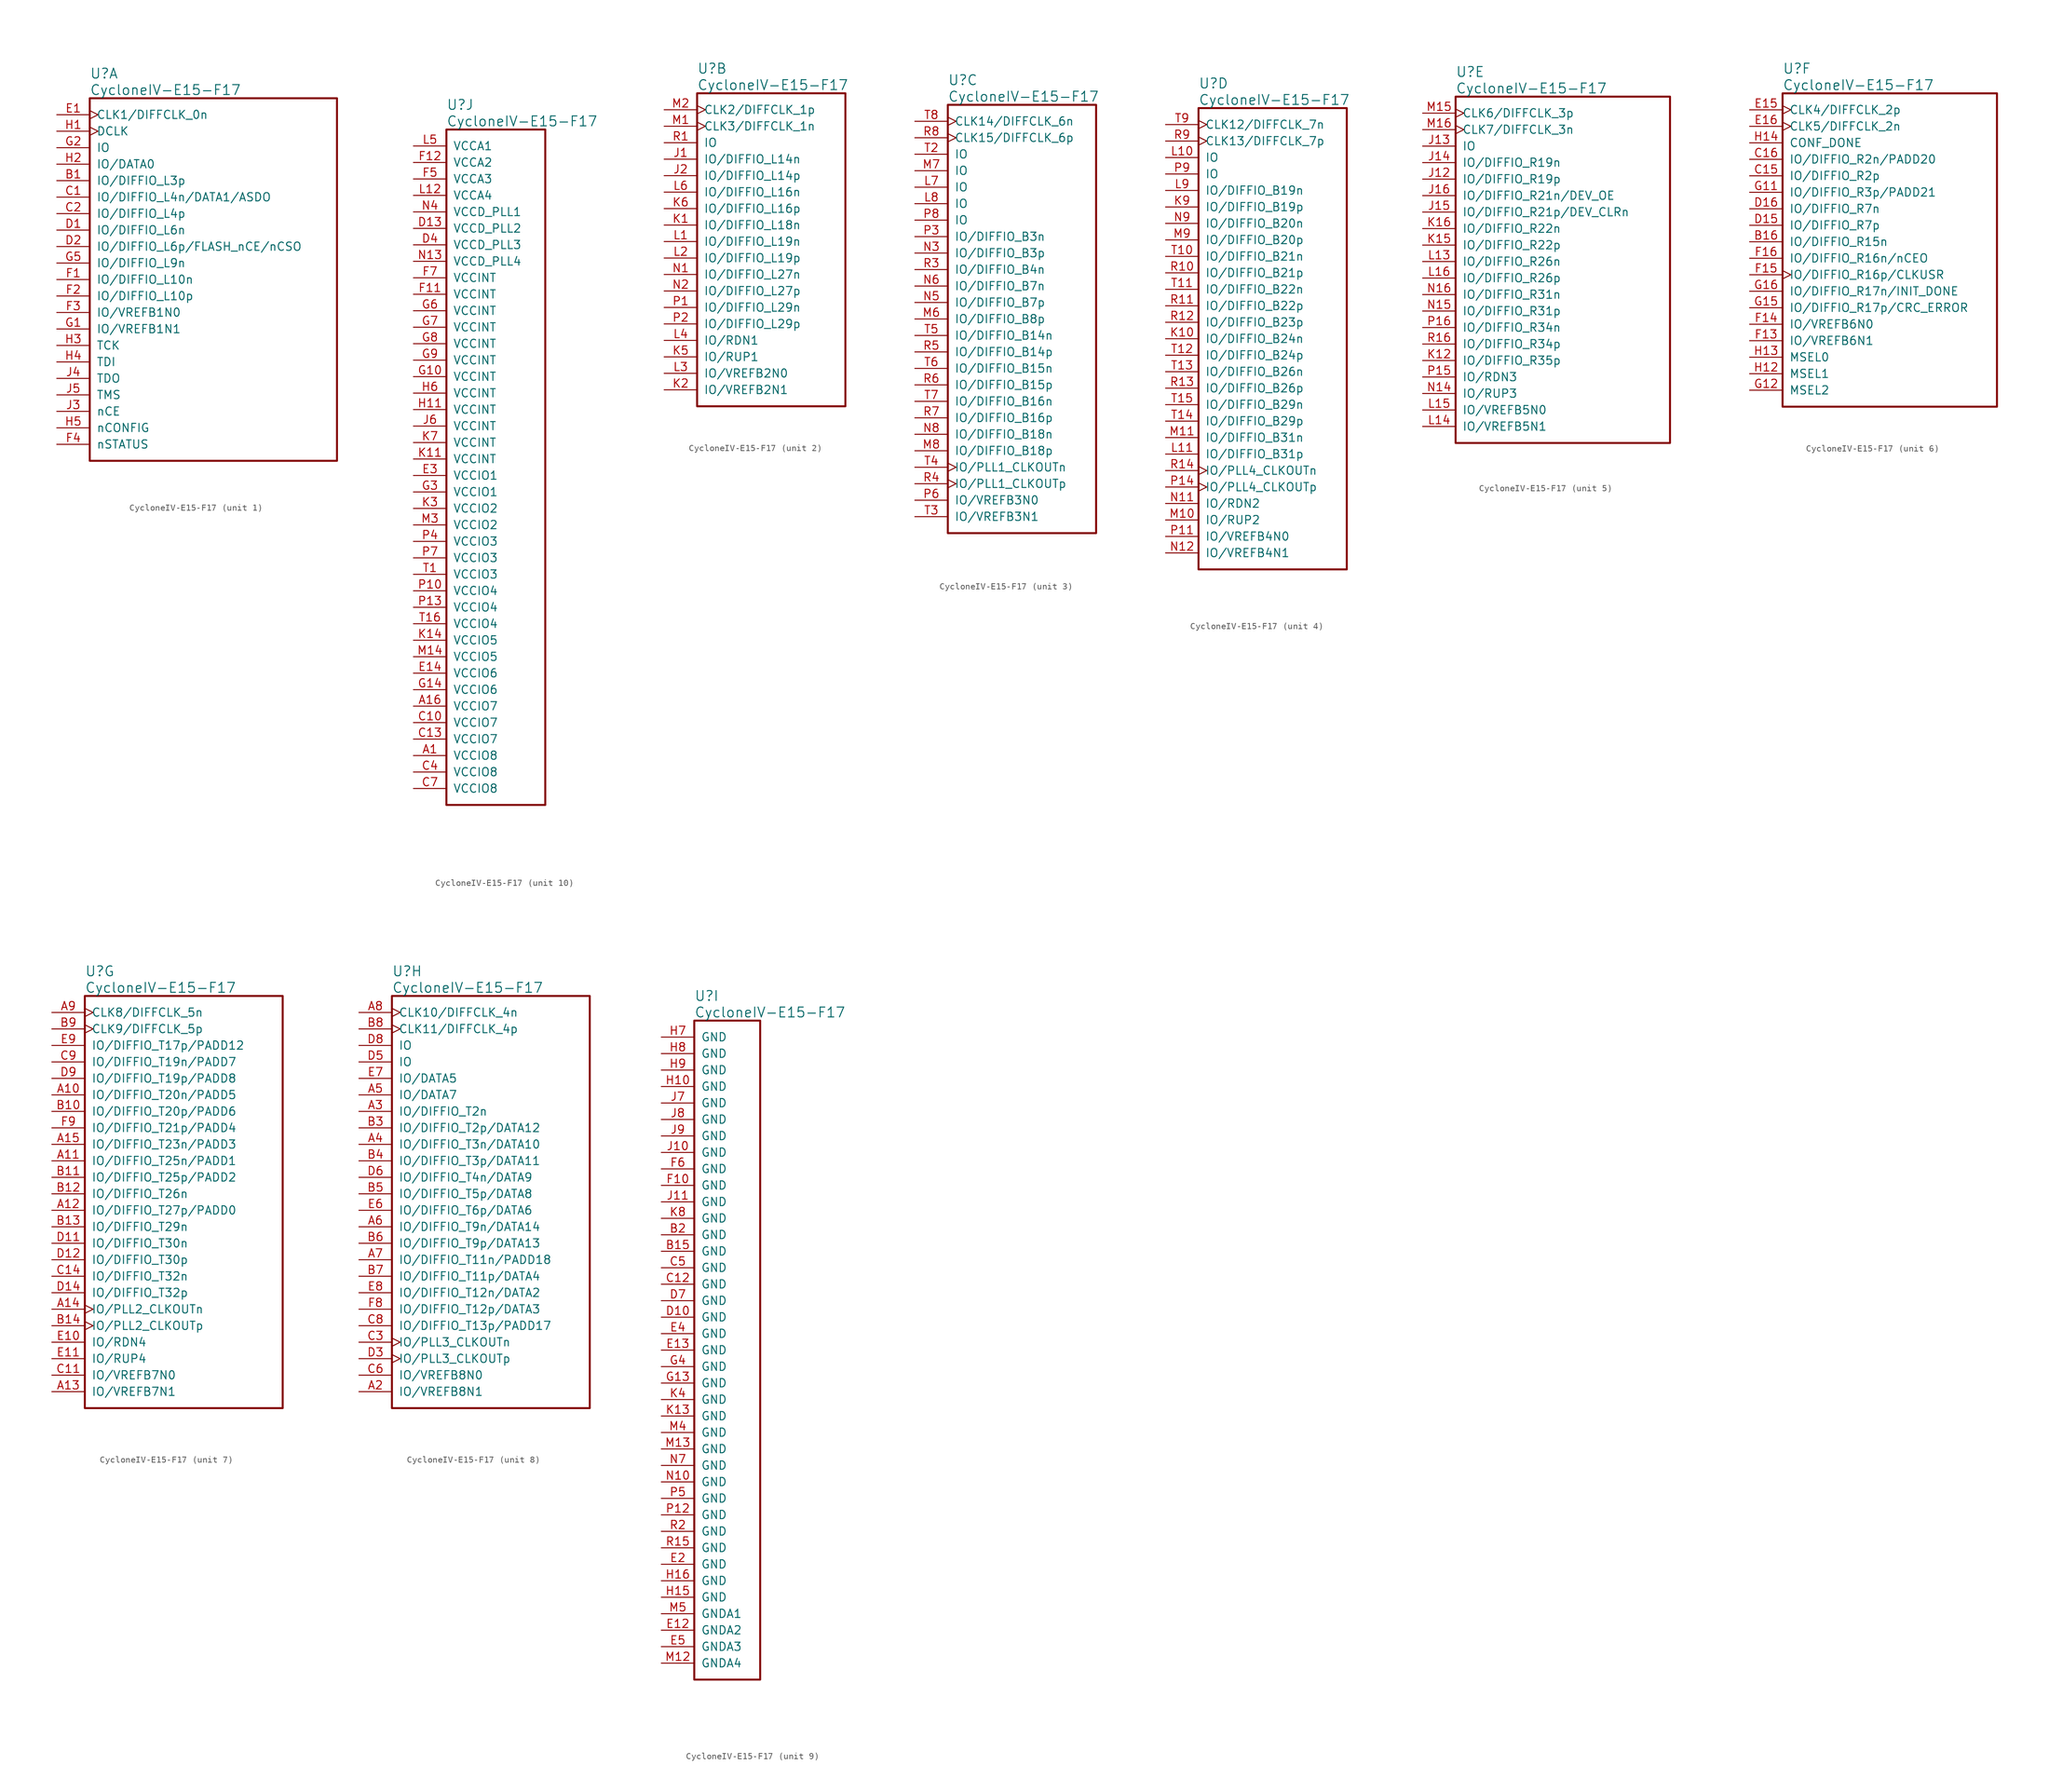
<source format=kicad_sym>
(kicad_symbol_lib
  (version 20220914)
  (generator kicad_symbol_editor)
  (symbol "CycloneIV-E15-F17"
    (pin_names
      (offset 1.016))
    (property "Reference" "U"
      (at 5.08 6.35 0)
      (effects (font (size 1.524 1.524)) (justify left)))
    (property "Value" "CycloneIV-E15-F17"
      (at 5.08 3.81 0)
      (effects (font (size 1.524 1.524)) (justify left)))
    (property "ki_locked" ""
      (at 0 0 0)
      (effects (font (size 1.27 1.27))))
    (symbol "CycloneIV-E15-F17_1_1"
      (rectangle (start 5.08 2.54) (end 43.18 -53.34) (stroke (width 0.305) (type default)) (fill (type none)))
      (pin input line (at 0 -10.16 0) (length 5.08) (name "IO/DIFFIO_L3p" (effects (font (size 1.27 1.27)))) (number "B1" (effects (font (size 1.27 1.27)))))
      (pin input line (at 0 -12.7 0) (length 5.08) (name "IO/DIFFIO_L4n/DATA1/ASDO" (effects (font (size 1.27 1.27)))) (number "C1" (effects (font (size 1.27 1.27)))))
      (pin input line (at 0 -15.24 0) (length 5.08) (name "IO/DIFFIO_L4p" (effects (font (size 1.27 1.27)))) (number "C2" (effects (font (size 1.27 1.27)))))
      (pin input line (at 0 -17.78 0) (length 5.08) (name "IO/DIFFIO_L6n" (effects (font (size 1.27 1.27)))) (number "D1" (effects (font (size 1.27 1.27)))))
      (pin input line (at 0 -20.32 0) (length 5.08) (name "IO/DIFFIO_L6p/FLASH_nCE/nCSO" (effects (font (size 1.27 1.27)))) (number "D2" (effects (font (size 1.27 1.27)))))
      (pin input clock (at 0 0 0) (length 5.08) (name "CLK1/DIFFCLK_0n" (effects (font (size 1.27 1.27)))) (number "E1" (effects (font (size 1.27 1.27)))))
      (pin input line (at 0 -25.4 0) (length 5.08) (name "IO/DIFFIO_L10n" (effects (font (size 1.27 1.27)))) (number "F1" (effects (font (size 1.27 1.27)))))
      (pin input line (at 0 -27.94 0) (length 5.08) (name "IO/DIFFIO_L10p" (effects (font (size 1.27 1.27)))) (number "F2" (effects (font (size 1.27 1.27)))))
      (pin input line (at 0 -30.48 0) (length 5.08) (name "IO/VREFB1N0" (effects (font (size 1.27 1.27)))) (number "F3" (effects (font (size 1.27 1.27)))))
      (pin input line (at 0 -50.8 0) (length 5.08) (name "nSTATUS" (effects (font (size 1.27 1.27)))) (number "F4" (effects (font (size 1.27 1.27)))))
      (pin input line (at 0 -33.02 0) (length 5.08) (name "IO/VREFB1N1" (effects (font (size 1.27 1.27)))) (number "G1" (effects (font (size 1.27 1.27)))))
      (pin input line (at 0 -5.08 0) (length 5.08) (name "IO" (effects (font (size 1.27 1.27)))) (number "G2" (effects (font (size 1.27 1.27)))))
      (pin input line (at 0 -22.86 0) (length 5.08) (name "IO/DIFFIO_L9n" (effects (font (size 1.27 1.27)))) (number "G5" (effects (font (size 1.27 1.27)))))
      (pin input clock (at 0 -2.54 0) (length 5.08) (name "DCLK" (effects (font (size 1.27 1.27)))) (number "H1" (effects (font (size 1.27 1.27)))))
      (pin input line (at 0 -7.62 0) (length 5.08) (name "IO/DATA0" (effects (font (size 1.27 1.27)))) (number "H2" (effects (font (size 1.27 1.27)))))
      (pin input line (at 0 -35.56 0) (length 5.08) (name "TCK" (effects (font (size 1.27 1.27)))) (number "H3" (effects (font (size 1.27 1.27)))))
      (pin input line (at 0 -38.1 0) (length 5.08) (name "TDI" (effects (font (size 1.27 1.27)))) (number "H4" (effects (font (size 1.27 1.27)))))
      (pin input line (at 0 -48.26 0) (length 5.08) (name "nCONFIG" (effects (font (size 1.27 1.27)))) (number "H5" (effects (font (size 1.27 1.27)))))
      (pin input line (at 0 -45.72 0) (length 5.08) (name "nCE" (effects (font (size 1.27 1.27)))) (number "J3" (effects (font (size 1.27 1.27)))))
      (pin input line (at 0 -40.64 0) (length 5.08) (name "TDO" (effects (font (size 1.27 1.27)))) (number "J4" (effects (font (size 1.27 1.27)))))
      (pin input line (at 0 -43.18 0) (length 5.08) (name "TMS" (effects (font (size 1.27 1.27)))) (number "J5" (effects (font (size 1.27 1.27))))))
    (symbol "CycloneIV-E15-F17_2_1"
      (rectangle (start 5.08 2.54) (end 27.94 -45.72) (stroke (width 0.305) (type default)) (fill (type none)))
      (pin input line (at 0 -7.62 0) (length 5.08) (name "IO/DIFFIO_L14n" (effects (font (size 1.27 1.27)))) (number "J1" (effects (font (size 1.27 1.27)))))
      (pin input line (at 0 -10.16 0) (length 5.08) (name "IO/DIFFIO_L14p" (effects (font (size 1.27 1.27)))) (number "J2" (effects (font (size 1.27 1.27)))))
      (pin input line (at 0 -17.78 0) (length 5.08) (name "IO/DIFFIO_L18n" (effects (font (size 1.27 1.27)))) (number "K1" (effects (font (size 1.27 1.27)))))
      (pin input line (at 0 -43.18 0) (length 5.08) (name "IO/VREFB2N1" (effects (font (size 1.27 1.27)))) (number "K2" (effects (font (size 1.27 1.27)))))
      (pin input line (at 0 -38.1 0) (length 5.08) (name "IO/RUP1" (effects (font (size 1.27 1.27)))) (number "K5" (effects (font (size 1.27 1.27)))))
      (pin input line (at 0 -15.24 0) (length 5.08) (name "IO/DIFFIO_L16p" (effects (font (size 1.27 1.27)))) (number "K6" (effects (font (size 1.27 1.27)))))
      (pin input line (at 0 -20.32 0) (length 5.08) (name "IO/DIFFIO_L19n" (effects (font (size 1.27 1.27)))) (number "L1" (effects (font (size 1.27 1.27)))))
      (pin input line (at 0 -22.86 0) (length 5.08) (name "IO/DIFFIO_L19p" (effects (font (size 1.27 1.27)))) (number "L2" (effects (font (size 1.27 1.27)))))
      (pin input line (at 0 -40.64 0) (length 5.08) (name "IO/VREFB2N0" (effects (font (size 1.27 1.27)))) (number "L3" (effects (font (size 1.27 1.27)))))
      (pin input line (at 0 -35.56 0) (length 5.08) (name "IO/RDN1" (effects (font (size 1.27 1.27)))) (number "L4" (effects (font (size 1.27 1.27)))))
      (pin input line (at 0 -12.7 0) (length 5.08) (name "IO/DIFFIO_L16n" (effects (font (size 1.27 1.27)))) (number "L6" (effects (font (size 1.27 1.27)))))
      (pin input clock (at 0 -2.54 0) (length 5.08) (name "CLK3/DIFFCLK_1n" (effects (font (size 1.27 1.27)))) (number "M1" (effects (font (size 1.27 1.27)))))
      (pin input clock (at 0 0 0) (length 5.08) (name "CLK2/DIFFCLK_1p" (effects (font (size 1.27 1.27)))) (number "M2" (effects (font (size 1.27 1.27)))))
      (pin input line (at 0 -25.4 0) (length 5.08) (name "IO/DIFFIO_L27n" (effects (font (size 1.27 1.27)))) (number "N1" (effects (font (size 1.27 1.27)))))
      (pin input line (at 0 -27.94 0) (length 5.08) (name "IO/DIFFIO_L27p" (effects (font (size 1.27 1.27)))) (number "N2" (effects (font (size 1.27 1.27)))))
      (pin input line (at 0 -30.48 0) (length 5.08) (name "IO/DIFFIO_L29n" (effects (font (size 1.27 1.27)))) (number "P1" (effects (font (size 1.27 1.27)))))
      (pin input line (at 0 -33.02 0) (length 5.08) (name "IO/DIFFIO_L29p" (effects (font (size 1.27 1.27)))) (number "P2" (effects (font (size 1.27 1.27)))))
      (pin input line (at 0 -5.08 0) (length 5.08) (name "IO" (effects (font (size 1.27 1.27)))) (number "R1" (effects (font (size 1.27 1.27))))))
    (symbol "CycloneIV-E15-F17_3_1"
      (rectangle (start 5.08 2.54) (end 27.94 -63.5) (stroke (width 0.305) (type default)) (fill (type none)))
      (pin input line (at 0 -10.16 0) (length 5.08) (name "IO" (effects (font (size 1.27 1.27)))) (number "L7" (effects (font (size 1.27 1.27)))))
      (pin input line (at 0 -12.7 0) (length 5.08) (name "IO" (effects (font (size 1.27 1.27)))) (number "L8" (effects (font (size 1.27 1.27)))))
      (pin input line (at 0 -30.48 0) (length 5.08) (name "IO/DIFFIO_B8p" (effects (font (size 1.27 1.27)))) (number "M6" (effects (font (size 1.27 1.27)))))
      (pin input line (at 0 -7.62 0) (length 5.08) (name "IO" (effects (font (size 1.27 1.27)))) (number "M7" (effects (font (size 1.27 1.27)))))
      (pin input line (at 0 -50.8 0) (length 5.08) (name "IO/DIFFIO_B18p" (effects (font (size 1.27 1.27)))) (number "M8" (effects (font (size 1.27 1.27)))))
      (pin input line (at 0 -20.32 0) (length 5.08) (name "IO/DIFFIO_B3p" (effects (font (size 1.27 1.27)))) (number "N3" (effects (font (size 1.27 1.27)))))
      (pin input line (at 0 -27.94 0) (length 5.08) (name "IO/DIFFIO_B7p" (effects (font (size 1.27 1.27)))) (number "N5" (effects (font (size 1.27 1.27)))))
      (pin input line (at 0 -25.4 0) (length 5.08) (name "IO/DIFFIO_B7n" (effects (font (size 1.27 1.27)))) (number "N6" (effects (font (size 1.27 1.27)))))
      (pin input line (at 0 -48.26 0) (length 5.08) (name "IO/DIFFIO_B18n" (effects (font (size 1.27 1.27)))) (number "N8" (effects (font (size 1.27 1.27)))))
      (pin input line (at 0 -17.78 0) (length 5.08) (name "IO/DIFFIO_B3n" (effects (font (size 1.27 1.27)))) (number "P3" (effects (font (size 1.27 1.27)))))
      (pin input line (at 0 -58.42 0) (length 5.08) (name "IO/VREFB3N0" (effects (font (size 1.27 1.27)))) (number "P6" (effects (font (size 1.27 1.27)))))
      (pin input line (at 0 -15.24 0) (length 5.08) (name "IO" (effects (font (size 1.27 1.27)))) (number "P8" (effects (font (size 1.27 1.27)))))
      (pin input line (at 0 -22.86 0) (length 5.08) (name "IO/DIFFIO_B4n" (effects (font (size 1.27 1.27)))) (number "R3" (effects (font (size 1.27 1.27)))))
      (pin input clock (at 0 -55.88 0) (length 5.08) (name "IO/PLL1_CLKOUTp" (effects (font (size 1.27 1.27)))) (number "R4" (effects (font (size 1.27 1.27)))))
      (pin input line (at 0 -35.56 0) (length 5.08) (name "IO/DIFFIO_B14p" (effects (font (size 1.27 1.27)))) (number "R5" (effects (font (size 1.27 1.27)))))
      (pin input line (at 0 -40.64 0) (length 5.08) (name "IO/DIFFIO_B15p" (effects (font (size 1.27 1.27)))) (number "R6" (effects (font (size 1.27 1.27)))))
      (pin input line (at 0 -45.72 0) (length 5.08) (name "IO/DIFFIO_B16p" (effects (font (size 1.27 1.27)))) (number "R7" (effects (font (size 1.27 1.27)))))
      (pin input clock (at 0 -2.54 0) (length 5.08) (name "CLK15/DIFFCLK_6p" (effects (font (size 1.27 1.27)))) (number "R8" (effects (font (size 1.27 1.27)))))
      (pin input line (at 0 -5.08 0) (length 5.08) (name "IO" (effects (font (size 1.27 1.27)))) (number "T2" (effects (font (size 1.27 1.27)))))
      (pin input line (at 0 -60.96 0) (length 5.08) (name "IO/VREFB3N1" (effects (font (size 1.27 1.27)))) (number "T3" (effects (font (size 1.27 1.27)))))
      (pin input clock (at 0 -53.34 0) (length 5.08) (name "IO/PLL1_CLKOUTn" (effects (font (size 1.27 1.27)))) (number "T4" (effects (font (size 1.27 1.27)))))
      (pin input line (at 0 -33.02 0) (length 5.08) (name "IO/DIFFIO_B14n" (effects (font (size 1.27 1.27)))) (number "T5" (effects (font (size 1.27 1.27)))))
      (pin input line (at 0 -38.1 0) (length 5.08) (name "IO/DIFFIO_B15n" (effects (font (size 1.27 1.27)))) (number "T6" (effects (font (size 1.27 1.27)))))
      (pin input line (at 0 -43.18 0) (length 5.08) (name "IO/DIFFIO_B16n" (effects (font (size 1.27 1.27)))) (number "T7" (effects (font (size 1.27 1.27)))))
      (pin input clock (at 0 0 0) (length 5.08) (name "CLK14/DIFFCLK_6n" (effects (font (size 1.27 1.27)))) (number "T8" (effects (font (size 1.27 1.27))))))
    (symbol "CycloneIV-E15-F17_4_1"
      (rectangle (start 5.08 2.54) (end 27.94 -68.58) (stroke (width 0.305) (type default)) (fill (type none)))
      (pin input line (at 0 -33.02 0) (length 5.08) (name "IO/DIFFIO_B24n" (effects (font (size 1.27 1.27)))) (number "K10" (effects (font (size 1.27 1.27)))))
      (pin input line (at 0 -12.7 0) (length 5.08) (name "IO/DIFFIO_B19p" (effects (font (size 1.27 1.27)))) (number "K9" (effects (font (size 1.27 1.27)))))
      (pin input line (at 0 -5.08 0) (length 5.08) (name "IO" (effects (font (size 1.27 1.27)))) (number "L10" (effects (font (size 1.27 1.27)))))
      (pin input line (at 0 -50.8 0) (length 5.08) (name "IO/DIFFIO_B31p" (effects (font (size 1.27 1.27)))) (number "L11" (effects (font (size 1.27 1.27)))))
      (pin input line (at 0 -10.16 0) (length 5.08) (name "IO/DIFFIO_B19n" (effects (font (size 1.27 1.27)))) (number "L9" (effects (font (size 1.27 1.27)))))
      (pin input line (at 0 -60.96 0) (length 5.08) (name "IO/RUP2" (effects (font (size 1.27 1.27)))) (number "M10" (effects (font (size 1.27 1.27)))))
      (pin input line (at 0 -48.26 0) (length 5.08) (name "IO/DIFFIO_B31n" (effects (font (size 1.27 1.27)))) (number "M11" (effects (font (size 1.27 1.27)))))
      (pin input line (at 0 -17.78 0) (length 5.08) (name "IO/DIFFIO_B20p" (effects (font (size 1.27 1.27)))) (number "M9" (effects (font (size 1.27 1.27)))))
      (pin input line (at 0 -58.42 0) (length 5.08) (name "IO/RDN2" (effects (font (size 1.27 1.27)))) (number "N11" (effects (font (size 1.27 1.27)))))
      (pin input line (at 0 -66.04 0) (length 5.08) (name "IO/VREFB4N1" (effects (font (size 1.27 1.27)))) (number "N12" (effects (font (size 1.27 1.27)))))
      (pin input line (at 0 -15.24 0) (length 5.08) (name "IO/DIFFIO_B20n" (effects (font (size 1.27 1.27)))) (number "N9" (effects (font (size 1.27 1.27)))))
      (pin input line (at 0 -63.5 0) (length 5.08) (name "IO/VREFB4N0" (effects (font (size 1.27 1.27)))) (number "P11" (effects (font (size 1.27 1.27)))))
      (pin input clock (at 0 -55.88 0) (length 5.08) (name "IO/PLL4_CLKOUTp" (effects (font (size 1.27 1.27)))) (number "P14" (effects (font (size 1.27 1.27)))))
      (pin input line (at 0 -7.62 0) (length 5.08) (name "IO" (effects (font (size 1.27 1.27)))) (number "P9" (effects (font (size 1.27 1.27)))))
      (pin input line (at 0 -22.86 0) (length 5.08) (name "IO/DIFFIO_B21p" (effects (font (size 1.27 1.27)))) (number "R10" (effects (font (size 1.27 1.27)))))
      (pin input line (at 0 -27.94 0) (length 5.08) (name "IO/DIFFIO_B22p" (effects (font (size 1.27 1.27)))) (number "R11" (effects (font (size 1.27 1.27)))))
      (pin input line (at 0 -30.48 0) (length 5.08) (name "IO/DIFFIO_B23p" (effects (font (size 1.27 1.27)))) (number "R12" (effects (font (size 1.27 1.27)))))
      (pin input line (at 0 -40.64 0) (length 5.08) (name "IO/DIFFIO_B26p" (effects (font (size 1.27 1.27)))) (number "R13" (effects (font (size 1.27 1.27)))))
      (pin input clock (at 0 -53.34 0) (length 5.08) (name "IO/PLL4_CLKOUTn" (effects (font (size 1.27 1.27)))) (number "R14" (effects (font (size 1.27 1.27)))))
      (pin input clock (at 0 -2.54 0) (length 5.08) (name "CLK13/DIFFCLK_7p" (effects (font (size 1.27 1.27)))) (number "R9" (effects (font (size 1.27 1.27)))))
      (pin input line (at 0 -20.32 0) (length 5.08) (name "IO/DIFFIO_B21n" (effects (font (size 1.27 1.27)))) (number "T10" (effects (font (size 1.27 1.27)))))
      (pin input line (at 0 -25.4 0) (length 5.08) (name "IO/DIFFIO_B22n" (effects (font (size 1.27 1.27)))) (number "T11" (effects (font (size 1.27 1.27)))))
      (pin input line (at 0 -35.56 0) (length 5.08) (name "IO/DIFFIO_B24p" (effects (font (size 1.27 1.27)))) (number "T12" (effects (font (size 1.27 1.27)))))
      (pin input line (at 0 -38.1 0) (length 5.08) (name "IO/DIFFIO_B26n" (effects (font (size 1.27 1.27)))) (number "T13" (effects (font (size 1.27 1.27)))))
      (pin input line (at 0 -45.72 0) (length 5.08) (name "IO/DIFFIO_B29p" (effects (font (size 1.27 1.27)))) (number "T14" (effects (font (size 1.27 1.27)))))
      (pin input line (at 0 -43.18 0) (length 5.08) (name "IO/DIFFIO_B29n" (effects (font (size 1.27 1.27)))) (number "T15" (effects (font (size 1.27 1.27)))))
      (pin input clock (at 0 0 0) (length 5.08) (name "CLK12/DIFFCLK_7n" (effects (font (size 1.27 1.27)))) (number "T9" (effects (font (size 1.27 1.27))))))
    (symbol "CycloneIV-E15-F17_5_1"
      (rectangle (start 5.08 2.54) (end 38.1 -50.8) (stroke (width 0.305) (type default)) (fill (type none)))
      (pin input line (at 0 -10.16 0) (length 5.08) (name "IO/DIFFIO_R19p" (effects (font (size 1.27 1.27)))) (number "J12" (effects (font (size 1.27 1.27)))))
      (pin input line (at 0 -5.08 0) (length 5.08) (name "IO" (effects (font (size 1.27 1.27)))) (number "J13" (effects (font (size 1.27 1.27)))))
      (pin input line (at 0 -7.62 0) (length 5.08) (name "IO/DIFFIO_R19n" (effects (font (size 1.27 1.27)))) (number "J14" (effects (font (size 1.27 1.27)))))
      (pin input line (at 0 -15.24 0) (length 5.08) (name "IO/DIFFIO_R21p/DEV_CLRn" (effects (font (size 1.27 1.27)))) (number "J15" (effects (font (size 1.27 1.27)))))
      (pin input line (at 0 -12.7 0) (length 5.08) (name "IO/DIFFIO_R21n/DEV_OE" (effects (font (size 1.27 1.27)))) (number "J16" (effects (font (size 1.27 1.27)))))
      (pin input line (at 0 -38.1 0) (length 5.08) (name "IO/DIFFIO_R35p" (effects (font (size 1.27 1.27)))) (number "K12" (effects (font (size 1.27 1.27)))))
      (pin input line (at 0 -20.32 0) (length 5.08) (name "IO/DIFFIO_R22p" (effects (font (size 1.27 1.27)))) (number "K15" (effects (font (size 1.27 1.27)))))
      (pin input line (at 0 -17.78 0) (length 5.08) (name "IO/DIFFIO_R22n" (effects (font (size 1.27 1.27)))) (number "K16" (effects (font (size 1.27 1.27)))))
      (pin input line (at 0 -22.86 0) (length 5.08) (name "IO/DIFFIO_R26n" (effects (font (size 1.27 1.27)))) (number "L13" (effects (font (size 1.27 1.27)))))
      (pin input line (at 0 -48.26 0) (length 5.08) (name "IO/VREFB5N1" (effects (font (size 1.27 1.27)))) (number "L14" (effects (font (size 1.27 1.27)))))
      (pin input line (at 0 -45.72 0) (length 5.08) (name "IO/VREFB5N0" (effects (font (size 1.27 1.27)))) (number "L15" (effects (font (size 1.27 1.27)))))
      (pin input line (at 0 -25.4 0) (length 5.08) (name "IO/DIFFIO_R26p" (effects (font (size 1.27 1.27)))) (number "L16" (effects (font (size 1.27 1.27)))))
      (pin input clock (at 0 0 0) (length 5.08) (name "CLK6/DIFFCLK_3p" (effects (font (size 1.27 1.27)))) (number "M15" (effects (font (size 1.27 1.27)))))
      (pin input clock (at 0 -2.54 0) (length 5.08) (name "CLK7/DIFFCLK_3n" (effects (font (size 1.27 1.27)))) (number "M16" (effects (font (size 1.27 1.27)))))
      (pin input line (at 0 -43.18 0) (length 5.08) (name "IO/RUP3" (effects (font (size 1.27 1.27)))) (number "N14" (effects (font (size 1.27 1.27)))))
      (pin input line (at 0 -30.48 0) (length 5.08) (name "IO/DIFFIO_R31p" (effects (font (size 1.27 1.27)))) (number "N15" (effects (font (size 1.27 1.27)))))
      (pin input line (at 0 -27.94 0) (length 5.08) (name "IO/DIFFIO_R31n" (effects (font (size 1.27 1.27)))) (number "N16" (effects (font (size 1.27 1.27)))))
      (pin input line (at 0 -40.64 0) (length 5.08) (name "IO/RDN3" (effects (font (size 1.27 1.27)))) (number "P15" (effects (font (size 1.27 1.27)))))
      (pin input line (at 0 -33.02 0) (length 5.08) (name "IO/DIFFIO_R34n" (effects (font (size 1.27 1.27)))) (number "P16" (effects (font (size 1.27 1.27)))))
      (pin input line (at 0 -35.56 0) (length 5.08) (name "IO/DIFFIO_R34p" (effects (font (size 1.27 1.27)))) (number "R16" (effects (font (size 1.27 1.27))))))
    (symbol "CycloneIV-E15-F17_6_1"
      (rectangle (start 5.08 2.54) (end 38.1 -45.72) (stroke (width 0.305) (type default)) (fill (type none)))
      (pin input line (at 0 -20.32 0) (length 5.08) (name "IO/DIFFIO_R15n" (effects (font (size 1.27 1.27)))) (number "B16" (effects (font (size 1.27 1.27)))))
      (pin input line (at 0 -10.16 0) (length 5.08) (name "IO/DIFFIO_R2p" (effects (font (size 1.27 1.27)))) (number "C15" (effects (font (size 1.27 1.27)))))
      (pin input line (at 0 -7.62 0) (length 5.08) (name "IO/DIFFIO_R2n/PADD20" (effects (font (size 1.27 1.27)))) (number "C16" (effects (font (size 1.27 1.27)))))
      (pin input line (at 0 -17.78 0) (length 5.08) (name "IO/DIFFIO_R7p" (effects (font (size 1.27 1.27)))) (number "D15" (effects (font (size 1.27 1.27)))))
      (pin input line (at 0 -15.24 0) (length 5.08) (name "IO/DIFFIO_R7n" (effects (font (size 1.27 1.27)))) (number "D16" (effects (font (size 1.27 1.27)))))
      (pin input clock (at 0 0 0) (length 5.08) (name "CLK4/DIFFCLK_2p" (effects (font (size 1.27 1.27)))) (number "E15" (effects (font (size 1.27 1.27)))))
      (pin input clock (at 0 -2.54 0) (length 5.08) (name "CLK5/DIFFCLK_2n" (effects (font (size 1.27 1.27)))) (number "E16" (effects (font (size 1.27 1.27)))))
      (pin input line (at 0 -35.56 0) (length 5.08) (name "IO/VREFB6N1" (effects (font (size 1.27 1.27)))) (number "F13" (effects (font (size 1.27 1.27)))))
      (pin input line (at 0 -33.02 0) (length 5.08) (name "IO/VREFB6N0" (effects (font (size 1.27 1.27)))) (number "F14" (effects (font (size 1.27 1.27)))))
      (pin input clock (at 0 -25.4 0) (length 5.08) (name "IO/DIFFIO_R16p/CLKUSR" (effects (font (size 1.27 1.27)))) (number "F15" (effects (font (size 1.27 1.27)))))
      (pin input line (at 0 -22.86 0) (length 5.08) (name "IO/DIFFIO_R16n/nCEO" (effects (font (size 1.27 1.27)))) (number "F16" (effects (font (size 1.27 1.27)))))
      (pin input line (at 0 -12.7 0) (length 5.08) (name "IO/DIFFIO_R3p/PADD21" (effects (font (size 1.27 1.27)))) (number "G11" (effects (font (size 1.27 1.27)))))
      (pin input line (at 0 -43.18 0) (length 5.08) (name "MSEL2" (effects (font (size 1.27 1.27)))) (number "G12" (effects (font (size 1.27 1.27)))))
      (pin input line (at 0 -30.48 0) (length 5.08) (name "IO/DIFFIO_R17p/CRC_ERROR" (effects (font (size 1.27 1.27)))) (number "G15" (effects (font (size 1.27 1.27)))))
      (pin input line (at 0 -27.94 0) (length 5.08) (name "IO/DIFFIO_R17n/INIT_DONE" (effects (font (size 1.27 1.27)))) (number "G16" (effects (font (size 1.27 1.27)))))
      (pin input line (at 0 -40.64 0) (length 5.08) (name "MSEL1" (effects (font (size 1.27 1.27)))) (number "H12" (effects (font (size 1.27 1.27)))))
      (pin input line (at 0 -38.1 0) (length 5.08) (name "MSEL0" (effects (font (size 1.27 1.27)))) (number "H13" (effects (font (size 1.27 1.27)))))
      (pin input line (at 0 -5.08 0) (length 5.08) (name "CONF_DONE" (effects (font (size 1.27 1.27)))) (number "H14" (effects (font (size 1.27 1.27))))))
    (symbol "CycloneIV-E15-F17_7_1"
      (rectangle (start 5.08 2.54) (end 35.56 -60.96) (stroke (width 0.305) (type default)) (fill (type none)))
      (pin input line (at 0 -12.7 0) (length 5.08) (name "IO/DIFFIO_T20n/PADD5" (effects (font (size 1.27 1.27)))) (number "A10" (effects (font (size 1.27 1.27)))))
      (pin input line (at 0 -22.86 0) (length 5.08) (name "IO/DIFFIO_T25n/PADD1" (effects (font (size 1.27 1.27)))) (number "A11" (effects (font (size 1.27 1.27)))))
      (pin input line (at 0 -30.48 0) (length 5.08) (name "IO/DIFFIO_T27p/PADD0" (effects (font (size 1.27 1.27)))) (number "A12" (effects (font (size 1.27 1.27)))))
      (pin input line (at 0 -58.42 0) (length 5.08) (name "IO/VREFB7N1" (effects (font (size 1.27 1.27)))) (number "A13" (effects (font (size 1.27 1.27)))))
      (pin input clock (at 0 -45.72 0) (length 5.08) (name "IO/PLL2_CLKOUTn" (effects (font (size 1.27 1.27)))) (number "A14" (effects (font (size 1.27 1.27)))))
      (pin input line (at 0 -20.32 0) (length 5.08) (name "IO/DIFFIO_T23n/PADD3" (effects (font (size 1.27 1.27)))) (number "A15" (effects (font (size 1.27 1.27)))))
      (pin input clock (at 0 0 0) (length 5.08) (name "CLK8/DIFFCLK_5n" (effects (font (size 1.27 1.27)))) (number "A9" (effects (font (size 1.27 1.27)))))
      (pin input line (at 0 -15.24 0) (length 5.08) (name "IO/DIFFIO_T20p/PADD6" (effects (font (size 1.27 1.27)))) (number "B10" (effects (font (size 1.27 1.27)))))
      (pin input line (at 0 -25.4 0) (length 5.08) (name "IO/DIFFIO_T25p/PADD2" (effects (font (size 1.27 1.27)))) (number "B11" (effects (font (size 1.27 1.27)))))
      (pin input line (at 0 -27.94 0) (length 5.08) (name "IO/DIFFIO_T26n" (effects (font (size 1.27 1.27)))) (number "B12" (effects (font (size 1.27 1.27)))))
      (pin input line (at 0 -33.02 0) (length 5.08) (name "IO/DIFFIO_T29n" (effects (font (size 1.27 1.27)))) (number "B13" (effects (font (size 1.27 1.27)))))
      (pin input clock (at 0 -48.26 0) (length 5.08) (name "IO/PLL2_CLKOUTp" (effects (font (size 1.27 1.27)))) (number "B14" (effects (font (size 1.27 1.27)))))
      (pin input clock (at 0 -2.54 0) (length 5.08) (name "CLK9/DIFFCLK_5p" (effects (font (size 1.27 1.27)))) (number "B9" (effects (font (size 1.27 1.27)))))
      (pin input line (at 0 -55.88 0) (length 5.08) (name "IO/VREFB7N0" (effects (font (size 1.27 1.27)))) (number "C11" (effects (font (size 1.27 1.27)))))
      (pin input line (at 0 -40.64 0) (length 5.08) (name "IO/DIFFIO_T32n" (effects (font (size 1.27 1.27)))) (number "C14" (effects (font (size 1.27 1.27)))))
      (pin input line (at 0 -7.62 0) (length 5.08) (name "IO/DIFFIO_T19n/PADD7" (effects (font (size 1.27 1.27)))) (number "C9" (effects (font (size 1.27 1.27)))))
      (pin input line (at 0 -35.56 0) (length 5.08) (name "IO/DIFFIO_T30n" (effects (font (size 1.27 1.27)))) (number "D11" (effects (font (size 1.27 1.27)))))
      (pin input line (at 0 -38.1 0) (length 5.08) (name "IO/DIFFIO_T30p" (effects (font (size 1.27 1.27)))) (number "D12" (effects (font (size 1.27 1.27)))))
      (pin input line (at 0 -43.18 0) (length 5.08) (name "IO/DIFFIO_T32p" (effects (font (size 1.27 1.27)))) (number "D14" (effects (font (size 1.27 1.27)))))
      (pin input line (at 0 -10.16 0) (length 5.08) (name "IO/DIFFIO_T19p/PADD8" (effects (font (size 1.27 1.27)))) (number "D9" (effects (font (size 1.27 1.27)))))
      (pin input line (at 0 -50.8 0) (length 5.08) (name "IO/RDN4" (effects (font (size 1.27 1.27)))) (number "E10" (effects (font (size 1.27 1.27)))))
      (pin input line (at 0 -53.34 0) (length 5.08) (name "IO/RUP4" (effects (font (size 1.27 1.27)))) (number "E11" (effects (font (size 1.27 1.27)))))
      (pin input line (at 0 -5.08 0) (length 5.08) (name "IO/DIFFIO_T17p/PADD12" (effects (font (size 1.27 1.27)))) (number "E9" (effects (font (size 1.27 1.27)))))
      (pin input line (at 0 -17.78 0) (length 5.08) (name "IO/DIFFIO_T21p/PADD4" (effects (font (size 1.27 1.27)))) (number "F9" (effects (font (size 1.27 1.27))))))
    (symbol "CycloneIV-E15-F17_8_1"
      (rectangle (start 5.08 2.54) (end 35.56 -60.96) (stroke (width 0.305) (type default)) (fill (type none)))
      (pin input line (at 0 -58.42 0) (length 5.08) (name "IO/VREFB8N1" (effects (font (size 1.27 1.27)))) (number "A2" (effects (font (size 1.27 1.27)))))
      (pin input line (at 0 -15.24 0) (length 5.08) (name "IO/DIFFIO_T2n" (effects (font (size 1.27 1.27)))) (number "A3" (effects (font (size 1.27 1.27)))))
      (pin input line (at 0 -20.32 0) (length 5.08) (name "IO/DIFFIO_T3n/DATA10" (effects (font (size 1.27 1.27)))) (number "A4" (effects (font (size 1.27 1.27)))))
      (pin input line (at 0 -12.7 0) (length 5.08) (name "IO/DATA7" (effects (font (size 1.27 1.27)))) (number "A5" (effects (font (size 1.27 1.27)))))
      (pin input line (at 0 -33.02 0) (length 5.08) (name "IO/DIFFIO_T9n/DATA14" (effects (font (size 1.27 1.27)))) (number "A6" (effects (font (size 1.27 1.27)))))
      (pin input line (at 0 -38.1 0) (length 5.08) (name "IO/DIFFIO_T11n/PADD18" (effects (font (size 1.27 1.27)))) (number "A7" (effects (font (size 1.27 1.27)))))
      (pin input clock (at 0 0 0) (length 5.08) (name "CLK10/DIFFCLK_4n" (effects (font (size 1.27 1.27)))) (number "A8" (effects (font (size 1.27 1.27)))))
      (pin input line (at 0 -17.78 0) (length 5.08) (name "IO/DIFFIO_T2p/DATA12" (effects (font (size 1.27 1.27)))) (number "B3" (effects (font (size 1.27 1.27)))))
      (pin input line (at 0 -22.86 0) (length 5.08) (name "IO/DIFFIO_T3p/DATA11" (effects (font (size 1.27 1.27)))) (number "B4" (effects (font (size 1.27 1.27)))))
      (pin input line (at 0 -27.94 0) (length 5.08) (name "IO/DIFFIO_T5p/DATA8" (effects (font (size 1.27 1.27)))) (number "B5" (effects (font (size 1.27 1.27)))))
      (pin input line (at 0 -35.56 0) (length 5.08) (name "IO/DIFFIO_T9p/DATA13" (effects (font (size 1.27 1.27)))) (number "B6" (effects (font (size 1.27 1.27)))))
      (pin input line (at 0 -40.64 0) (length 5.08) (name "IO/DIFFIO_T11p/DATA4" (effects (font (size 1.27 1.27)))) (number "B7" (effects (font (size 1.27 1.27)))))
      (pin input clock (at 0 -2.54 0) (length 5.08) (name "CLK11/DIFFCLK_4p" (effects (font (size 1.27 1.27)))) (number "B8" (effects (font (size 1.27 1.27)))))
      (pin input clock (at 0 -50.8 0) (length 5.08) (name "IO/PLL3_CLKOUTn" (effects (font (size 1.27 1.27)))) (number "C3" (effects (font (size 1.27 1.27)))))
      (pin input line (at 0 -55.88 0) (length 5.08) (name "IO/VREFB8N0" (effects (font (size 1.27 1.27)))) (number "C6" (effects (font (size 1.27 1.27)))))
      (pin input line (at 0 -48.26 0) (length 5.08) (name "IO/DIFFIO_T13p/PADD17" (effects (font (size 1.27 1.27)))) (number "C8" (effects (font (size 1.27 1.27)))))
      (pin input clock (at 0 -53.34 0) (length 5.08) (name "IO/PLL3_CLKOUTp" (effects (font (size 1.27 1.27)))) (number "D3" (effects (font (size 1.27 1.27)))))
      (pin input line (at 0 -7.62 0) (length 5.08) (name "IO" (effects (font (size 1.27 1.27)))) (number "D5" (effects (font (size 1.27 1.27)))))
      (pin input line (at 0 -25.4 0) (length 5.08) (name "IO/DIFFIO_T4n/DATA9" (effects (font (size 1.27 1.27)))) (number "D6" (effects (font (size 1.27 1.27)))))
      (pin input line (at 0 -5.08 0) (length 5.08) (name "IO" (effects (font (size 1.27 1.27)))) (number "D8" (effects (font (size 1.27 1.27)))))
      (pin input line (at 0 -30.48 0) (length 5.08) (name "IO/DIFFIO_T6p/DATA6" (effects (font (size 1.27 1.27)))) (number "E6" (effects (font (size 1.27 1.27)))))
      (pin input line (at 0 -10.16 0) (length 5.08) (name "IO/DATA5" (effects (font (size 1.27 1.27)))) (number "E7" (effects (font (size 1.27 1.27)))))
      (pin input line (at 0 -43.18 0) (length 5.08) (name "IO/DIFFIO_T12n/DATA2" (effects (font (size 1.27 1.27)))) (number "E8" (effects (font (size 1.27 1.27)))))
      (pin input line (at 0 -45.72 0) (length 5.08) (name "IO/DIFFIO_T12p/DATA3" (effects (font (size 1.27 1.27)))) (number "F8" (effects (font (size 1.27 1.27))))))
    (symbol "CycloneIV-E15-F17_9_1"
      (rectangle (start 5.08 2.54) (end 15.24 -99.06) (stroke (width 0.305) (type default)) (fill (type none)))
      (pin power_in line (at 0 -33.02 0) (length 5.08) (name "GND" (effects (font (size 1.27 1.27)))) (number "B15" (effects (font (size 1.27 1.27)))))
      (pin power_in line (at 0 -30.48 0) (length 5.08) (name "GND" (effects (font (size 1.27 1.27)))) (number "B2" (effects (font (size 1.27 1.27)))))
      (pin power_in line (at 0 -38.1 0) (length 5.08) (name "GND" (effects (font (size 1.27 1.27)))) (number "C12" (effects (font (size 1.27 1.27)))))
      (pin power_in line (at 0 -35.56 0) (length 5.08) (name "GND" (effects (font (size 1.27 1.27)))) (number "C5" (effects (font (size 1.27 1.27)))))
      (pin power_in line (at 0 -43.18 0) (length 5.08) (name "GND" (effects (font (size 1.27 1.27)))) (number "D10" (effects (font (size 1.27 1.27)))))
      (pin power_in line (at 0 -40.64 0) (length 5.08) (name "GND" (effects (font (size 1.27 1.27)))) (number "D7" (effects (font (size 1.27 1.27)))))
      (pin power_in line (at 0 -91.44 0) (length 5.08) (name "GNDA2" (effects (font (size 1.27 1.27)))) (number "E12" (effects (font (size 1.27 1.27)))))
      (pin power_in line (at 0 -48.26 0) (length 5.08) (name "GND" (effects (font (size 1.27 1.27)))) (number "E13" (effects (font (size 1.27 1.27)))))
      (pin power_in line (at 0 -81.28 0) (length 5.08) (name "GND" (effects (font (size 1.27 1.27)))) (number "E2" (effects (font (size 1.27 1.27)))))
      (pin power_in line (at 0 -45.72 0) (length 5.08) (name "GND" (effects (font (size 1.27 1.27)))) (number "E4" (effects (font (size 1.27 1.27)))))
      (pin power_in line (at 0 -93.98 0) (length 5.08) (name "GNDA3" (effects (font (size 1.27 1.27)))) (number "E5" (effects (font (size 1.27 1.27)))))
      (pin power_in line (at 0 -22.86 0) (length 5.08) (name "GND" (effects (font (size 1.27 1.27)))) (number "F10" (effects (font (size 1.27 1.27)))))
      (pin power_in line (at 0 -20.32 0) (length 5.08) (name "GND" (effects (font (size 1.27 1.27)))) (number "F6" (effects (font (size 1.27 1.27)))))
      (pin power_in line (at 0 -53.34 0) (length 5.08) (name "GND" (effects (font (size 1.27 1.27)))) (number "G13" (effects (font (size 1.27 1.27)))))
      (pin power_in line (at 0 -50.8 0) (length 5.08) (name "GND" (effects (font (size 1.27 1.27)))) (number "G4" (effects (font (size 1.27 1.27)))))
      (pin power_in line (at 0 -7.62 0) (length 5.08) (name "GND" (effects (font (size 1.27 1.27)))) (number "H10" (effects (font (size 1.27 1.27)))))
      (pin power_in line (at 0 -86.36 0) (length 5.08) (name "GND" (effects (font (size 1.27 1.27)))) (number "H15" (effects (font (size 1.27 1.27)))))
      (pin power_in line (at 0 -83.82 0) (length 5.08) (name "GND" (effects (font (size 1.27 1.27)))) (number "H16" (effects (font (size 1.27 1.27)))))
      (pin power_in line (at 0 0 0) (length 5.08) (name "GND" (effects (font (size 1.27 1.27)))) (number "H7" (effects (font (size 1.27 1.27)))))
      (pin power_in line (at 0 -2.54 0) (length 5.08) (name "GND" (effects (font (size 1.27 1.27)))) (number "H8" (effects (font (size 1.27 1.27)))))
      (pin power_in line (at 0 -5.08 0) (length 5.08) (name "GND" (effects (font (size 1.27 1.27)))) (number "H9" (effects (font (size 1.27 1.27)))))
      (pin power_in line (at 0 -17.78 0) (length 5.08) (name "GND" (effects (font (size 1.27 1.27)))) (number "J10" (effects (font (size 1.27 1.27)))))
      (pin power_in line (at 0 -25.4 0) (length 5.08) (name "GND" (effects (font (size 1.27 1.27)))) (number "J11" (effects (font (size 1.27 1.27)))))
      (pin power_in line (at 0 -10.16 0) (length 5.08) (name "GND" (effects (font (size 1.27 1.27)))) (number "J7" (effects (font (size 1.27 1.27)))))
      (pin power_in line (at 0 -12.7 0) (length 5.08) (name "GND" (effects (font (size 1.27 1.27)))) (number "J8" (effects (font (size 1.27 1.27)))))
      (pin power_in line (at 0 -15.24 0) (length 5.08) (name "GND" (effects (font (size 1.27 1.27)))) (number "J9" (effects (font (size 1.27 1.27)))))
      (pin power_in line (at 0 -58.42 0) (length 5.08) (name "GND" (effects (font (size 1.27 1.27)))) (number "K13" (effects (font (size 1.27 1.27)))))
      (pin power_in line (at 0 -55.88 0) (length 5.08) (name "GND" (effects (font (size 1.27 1.27)))) (number "K4" (effects (font (size 1.27 1.27)))))
      (pin power_in line (at 0 -27.94 0) (length 5.08) (name "GND" (effects (font (size 1.27 1.27)))) (number "K8" (effects (font (size 1.27 1.27)))))
      (pin power_in line (at 0 -96.52 0) (length 5.08) (name "GNDA4" (effects (font (size 1.27 1.27)))) (number "M12" (effects (font (size 1.27 1.27)))))
      (pin power_in line (at 0 -63.5 0) (length 5.08) (name "GND" (effects (font (size 1.27 1.27)))) (number "M13" (effects (font (size 1.27 1.27)))))
      (pin power_in line (at 0 -60.96 0) (length 5.08) (name "GND" (effects (font (size 1.27 1.27)))) (number "M4" (effects (font (size 1.27 1.27)))))
      (pin power_in line (at 0 -88.9 0) (length 5.08) (name "GNDA1" (effects (font (size 1.27 1.27)))) (number "M5" (effects (font (size 1.27 1.27)))))
      (pin power_in line (at 0 -68.58 0) (length 5.08) (name "GND" (effects (font (size 1.27 1.27)))) (number "N10" (effects (font (size 1.27 1.27)))))
      (pin power_in line (at 0 -66.04 0) (length 5.08) (name "GND" (effects (font (size 1.27 1.27)))) (number "N7" (effects (font (size 1.27 1.27)))))
      (pin power_in line (at 0 -73.66 0) (length 5.08) (name "GND" (effects (font (size 1.27 1.27)))) (number "P12" (effects (font (size 1.27 1.27)))))
      (pin power_in line (at 0 -71.12 0) (length 5.08) (name "GND" (effects (font (size 1.27 1.27)))) (number "P5" (effects (font (size 1.27 1.27)))))
      (pin power_in line (at 0 -78.74 0) (length 5.08) (name "GND" (effects (font (size 1.27 1.27)))) (number "R15" (effects (font (size 1.27 1.27)))))
      (pin power_in line (at 0 -76.2 0) (length 5.08) (name "GND" (effects (font (size 1.27 1.27)))) (number "R2" (effects (font (size 1.27 1.27))))))
    (symbol "CycloneIV-E15-F17_10_1"
      (rectangle (start 5.08 2.54) (end 20.32 -101.6) (stroke (width 0.305) (type default)) (fill (type none)))
      (pin power_in line (at 0 -93.98 0) (length 5.08) (name "VCCIO8" (effects (font (size 1.27 1.27)))) (number "A1" (effects (font (size 1.27 1.27)))))
      (pin power_in line (at 0 -86.36 0) (length 5.08) (name "VCCIO7" (effects (font (size 1.27 1.27)))) (number "A16" (effects (font (size 1.27 1.27)))))
      (pin power_in line (at 0 -88.9 0) (length 5.08) (name "VCCIO7" (effects (font (size 1.27 1.27)))) (number "C10" (effects (font (size 1.27 1.27)))))
      (pin power_in line (at 0 -91.44 0) (length 5.08) (name "VCCIO7" (effects (font (size 1.27 1.27)))) (number "C13" (effects (font (size 1.27 1.27)))))
      (pin power_in line (at 0 -96.52 0) (length 5.08) (name "VCCIO8" (effects (font (size 1.27 1.27)))) (number "C4" (effects (font (size 1.27 1.27)))))
      (pin power_in line (at 0 -99.06 0) (length 5.08) (name "VCCIO8" (effects (font (size 1.27 1.27)))) (number "C7" (effects (font (size 1.27 1.27)))))
      (pin power_in line (at 0 -12.7 0) (length 5.08) (name "VCCD_PLL2" (effects (font (size 1.27 1.27)))) (number "D13" (effects (font (size 1.27 1.27)))))
      (pin power_in line (at 0 -15.24 0) (length 5.08) (name "VCCD_PLL3" (effects (font (size 1.27 1.27)))) (number "D4" (effects (font (size 1.27 1.27)))))
      (pin power_in line (at 0 -81.28 0) (length 5.08) (name "VCCIO6" (effects (font (size 1.27 1.27)))) (number "E14" (effects (font (size 1.27 1.27)))))
      (pin power_in line (at 0 -50.8 0) (length 5.08) (name "VCCIO1" (effects (font (size 1.27 1.27)))) (number "E3" (effects (font (size 1.27 1.27)))))
      (pin power_in line (at 0 -22.86 0) (length 5.08) (name "VCCINT" (effects (font (size 1.27 1.27)))) (number "F11" (effects (font (size 1.27 1.27)))))
      (pin power_in line (at 0 -2.54 0) (length 5.08) (name "VCCA2" (effects (font (size 1.27 1.27)))) (number "F12" (effects (font (size 1.27 1.27)))))
      (pin power_in line (at 0 -5.08 0) (length 5.08) (name "VCCA3" (effects (font (size 1.27 1.27)))) (number "F5" (effects (font (size 1.27 1.27)))))
      (pin power_in line (at 0 -20.32 0) (length 5.08) (name "VCCINT" (effects (font (size 1.27 1.27)))) (number "F7" (effects (font (size 1.27 1.27)))))
      (pin power_in line (at 0 -35.56 0) (length 5.08) (name "VCCINT" (effects (font (size 1.27 1.27)))) (number "G10" (effects (font (size 1.27 1.27)))))
      (pin power_in line (at 0 -83.82 0) (length 5.08) (name "VCCIO6" (effects (font (size 1.27 1.27)))) (number "G14" (effects (font (size 1.27 1.27)))))
      (pin power_in line (at 0 -53.34 0) (length 5.08) (name "VCCIO1" (effects (font (size 1.27 1.27)))) (number "G3" (effects (font (size 1.27 1.27)))))
      (pin power_in line (at 0 -25.4 0) (length 5.08) (name "VCCINT" (effects (font (size 1.27 1.27)))) (number "G6" (effects (font (size 1.27 1.27)))))
      (pin power_in line (at 0 -27.94 0) (length 5.08) (name "VCCINT" (effects (font (size 1.27 1.27)))) (number "G7" (effects (font (size 1.27 1.27)))))
      (pin power_in line (at 0 -30.48 0) (length 5.08) (name "VCCINT" (effects (font (size 1.27 1.27)))) (number "G8" (effects (font (size 1.27 1.27)))))
      (pin power_in line (at 0 -33.02 0) (length 5.08) (name "VCCINT" (effects (font (size 1.27 1.27)))) (number "G9" (effects (font (size 1.27 1.27)))))
      (pin power_in line (at 0 -40.64 0) (length 5.08) (name "VCCINT" (effects (font (size 1.27 1.27)))) (number "H11" (effects (font (size 1.27 1.27)))))
      (pin power_in line (at 0 -38.1 0) (length 5.08) (name "VCCINT" (effects (font (size 1.27 1.27)))) (number "H6" (effects (font (size 1.27 1.27)))))
      (pin power_in line (at 0 -43.18 0) (length 5.08) (name "VCCINT" (effects (font (size 1.27 1.27)))) (number "J6" (effects (font (size 1.27 1.27)))))
      (pin power_in line (at 0 -48.26 0) (length 5.08) (name "VCCINT" (effects (font (size 1.27 1.27)))) (number "K11" (effects (font (size 1.27 1.27)))))
      (pin power_in line (at 0 -76.2 0) (length 5.08) (name "VCCIO5" (effects (font (size 1.27 1.27)))) (number "K14" (effects (font (size 1.27 1.27)))))
      (pin power_in line (at 0 -55.88 0) (length 5.08) (name "VCCIO2" (effects (font (size 1.27 1.27)))) (number "K3" (effects (font (size 1.27 1.27)))))
      (pin power_in line (at 0 -45.72 0) (length 5.08) (name "VCCINT" (effects (font (size 1.27 1.27)))) (number "K7" (effects (font (size 1.27 1.27)))))
      (pin power_in line (at 0 -7.62 0) (length 5.08) (name "VCCA4" (effects (font (size 1.27 1.27)))) (number "L12" (effects (font (size 1.27 1.27)))))
      (pin power_in line (at 0 0 0) (length 5.08) (name "VCCA1" (effects (font (size 1.27 1.27)))) (number "L5" (effects (font (size 1.27 1.27)))))
      (pin power_in line (at 0 -78.74 0) (length 5.08) (name "VCCIO5" (effects (font (size 1.27 1.27)))) (number "M14" (effects (font (size 1.27 1.27)))))
      (pin power_in line (at 0 -58.42 0) (length 5.08) (name "VCCIO2" (effects (font (size 1.27 1.27)))) (number "M3" (effects (font (size 1.27 1.27)))))
      (pin power_in line (at 0 -17.78 0) (length 5.08) (name "VCCD_PLL4" (effects (font (size 1.27 1.27)))) (number "N13" (effects (font (size 1.27 1.27)))))
      (pin power_in line (at 0 -10.16 0) (length 5.08) (name "VCCD_PLL1" (effects (font (size 1.27 1.27)))) (number "N4" (effects (font (size 1.27 1.27)))))
      (pin power_in line (at 0 -68.58 0) (length 5.08) (name "VCCIO4" (effects (font (size 1.27 1.27)))) (number "P10" (effects (font (size 1.27 1.27)))))
      (pin power_in line (at 0 -71.12 0) (length 5.08) (name "VCCIO4" (effects (font (size 1.27 1.27)))) (number "P13" (effects (font (size 1.27 1.27)))))
      (pin power_in line (at 0 -60.96 0) (length 5.08) (name "VCCIO3" (effects (font (size 1.27 1.27)))) (number "P4" (effects (font (size 1.27 1.27)))))
      (pin power_in line (at 0 -63.5 0) (length 5.08) (name "VCCIO3" (effects (font (size 1.27 1.27)))) (number "P7" (effects (font (size 1.27 1.27)))))
      (pin power_in line (at 0 -66.04 0) (length 5.08) (name "VCCIO3" (effects (font (size 1.27 1.27)))) (number "T1" (effects (font (size 1.27 1.27)))))
      (pin power_in line (at 0 -73.66 0) (length 5.08) (name "VCCIO4" (effects (font (size 1.27 1.27)))) (number "T16" (effects (font (size 1.27 1.27))))))))
</source>
